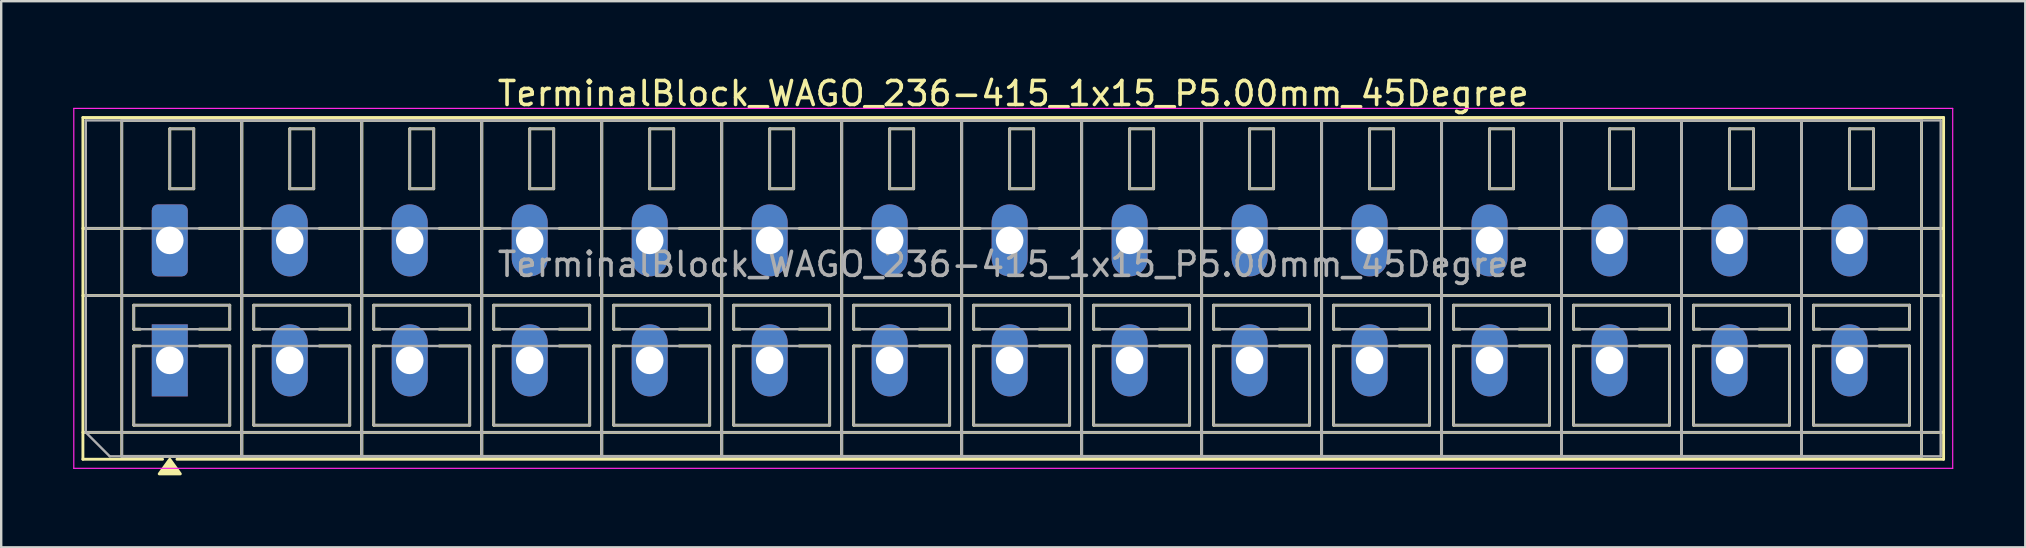
<source format=kicad_pcb>
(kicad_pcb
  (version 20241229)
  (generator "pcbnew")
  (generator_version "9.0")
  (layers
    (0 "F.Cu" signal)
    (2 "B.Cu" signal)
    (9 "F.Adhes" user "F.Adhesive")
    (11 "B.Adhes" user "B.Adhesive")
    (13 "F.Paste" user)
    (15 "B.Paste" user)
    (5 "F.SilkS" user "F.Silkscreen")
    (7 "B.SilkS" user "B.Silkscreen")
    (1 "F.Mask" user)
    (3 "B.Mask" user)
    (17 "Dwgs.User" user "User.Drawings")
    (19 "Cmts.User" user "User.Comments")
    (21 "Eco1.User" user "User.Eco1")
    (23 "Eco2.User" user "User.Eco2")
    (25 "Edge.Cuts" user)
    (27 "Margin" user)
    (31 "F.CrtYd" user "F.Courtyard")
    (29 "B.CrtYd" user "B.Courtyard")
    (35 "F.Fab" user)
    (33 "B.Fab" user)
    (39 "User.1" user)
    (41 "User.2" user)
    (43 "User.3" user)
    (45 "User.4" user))
  (footprint "TerminalBlock_WAGO_236-415_1x15_P5.00mm_45Degree"
    (layer "F.Cu")
    (at 4.025 6.968)
    (property "Reference" "TerminalBlock_WAGO_236-415_1x15_P5.00mm_45Degree" (at 35.15 -6.12 0) (layer "F.SilkS") (effects (font (size 1 1) (thickness 0.15))))
    (attr through_hole)
    (fp_line (start -3.62 -5.12) (end 73.92 -5.12) (stroke (width 0.12) (type solid)) (layer "F.SilkS"))
    (fp_line (start -3.62 -0.5) (end -1.23 -0.5) (stroke (width 0.12) (type solid)) (layer "F.SilkS"))
    (fp_line (start -3.62 2.3) (end 73.92 2.3) (stroke (width 0.12) (type solid)) (layer "F.SilkS"))
    (fp_line (start -3.62 8) (end 73.92 8) (stroke (width 0.12) (type solid)) (layer "F.SilkS"))
    (fp_line (start -3.62 9.12) (end -3.62 -5.12) (stroke (width 0.12) (type solid)) (layer "F.SilkS"))
    (fp_line (start -2 -5) (end 3 -5) (stroke (width 0.12) (type solid)) (layer "F.SilkS"))
    (fp_line (start -2 9) (end -2 -5) (stroke (width 0.12) (type solid)) (layer "F.SilkS"))
    (fp_line (start -1.5 2.7) (end 2.5 2.7) (stroke (width 0.12) (type solid)) (layer "F.SilkS"))
    (fp_line (start -1.5 3.7) (end -1.5 2.7) (stroke (width 0.12) (type solid)) (layer "F.SilkS"))
    (fp_line (start -1.5 4.4) (end -1.23 4.4) (stroke (width 0.12) (type solid)) (layer "F.SilkS"))
    (fp_line (start -1.5 7.7) (end -1.5 4.4) (stroke (width 0.12) (type solid)) (layer "F.SilkS"))
    (fp_line (start -1.23 3.7) (end -1.5 3.7) (stroke (width 0.12) (type solid)) (layer "F.SilkS"))
    (fp_line (start -0.3 9.12) (end -3.62 9.12) (stroke (width 0.12) (type solid)) (layer "F.SilkS"))
    (fp_line (start 0 -4.65) (end 1 -4.65) (stroke (width 0.12) (type solid)) (layer "F.SilkS"))
    (fp_line (start 0 -2.15) (end 0 -4.65) (stroke (width 0.12) (type solid)) (layer "F.SilkS"))
    (fp_line (start 1 -4.65) (end 1 -2.15) (stroke (width 0.12) (type solid)) (layer "F.SilkS"))
    (fp_line (start 1 -2.15) (end 0 -2.15) (stroke (width 0.12) (type solid)) (layer "F.SilkS"))
    (fp_line (start 1.23 -0.5) (end 3.77 -0.5) (stroke (width 0.12) (type solid)) (layer "F.SilkS"))
    (fp_line (start 1.23 4.4) (end 2.5 4.4) (stroke (width 0.12) (type solid)) (layer "F.SilkS"))
    (fp_line (start 2.5 2.7) (end 2.5 3.7) (stroke (width 0.12) (type solid)) (layer "F.SilkS"))
    (fp_line (start 2.5 3.7) (end 1.23 3.7) (stroke (width 0.12) (type solid)) (layer "F.SilkS"))
    (fp_line (start 2.5 4.4) (end 2.5 7.7) (stroke (width 0.12) (type solid)) (layer "F.SilkS"))
    (fp_line (start 2.5 7.7) (end -1.5 7.7) (stroke (width 0.12) (type solid)) (layer "F.SilkS"))
    (fp_line (start 3 -5) (end 3 9) (stroke (width 0.12) (type solid)) (layer "F.SilkS"))
    (fp_line (start 3 -5) (end 8 -5) (stroke (width 0.12) (type solid)) (layer "F.SilkS"))
    (fp_line (start 3 9) (end -2 9) (stroke (width 0.12) (type solid)) (layer "F.SilkS"))
    (fp_line (start 3 9) (end 3 -5) (stroke (width 0.12) (type solid)) (layer "F.SilkS"))
    (fp_line (start 3.5 2.7) (end 7.5 2.7) (stroke (width 0.12) (type solid)) (layer "F.SilkS"))
    (fp_line (start 3.5 3.7) (end 3.5 2.7) (stroke (width 0.12) (type solid)) (layer "F.SilkS"))
    (fp_line (start 3.5 4.4) (end 3.77 4.4) (stroke (width 0.12) (type solid)) (layer "F.SilkS"))
    (fp_line (start 3.5 7.7) (end 3.5 4.4) (stroke (width 0.12) (type solid)) (layer "F.SilkS"))
    (fp_line (start 3.77 3.7) (end 3.5 3.7) (stroke (width 0.12) (type solid)) (layer "F.SilkS"))
    (fp_line (start 5 -4.65) (end 6 -4.65) (stroke (width 0.12) (type solid)) (layer "F.SilkS"))
    (fp_line (start 5 -2.15) (end 5 -4.65) (stroke (width 0.12) (type solid)) (layer "F.SilkS"))
    (fp_line (start 6 -4.65) (end 6 -2.15) (stroke (width 0.12) (type solid)) (layer "F.SilkS"))
    (fp_line (start 6 -2.15) (end 5 -2.15) (stroke (width 0.12) (type solid)) (layer "F.SilkS"))
    (fp_line (start 6.23 -0.5) (end 8.77 -0.5) (stroke (width 0.12) (type solid)) (layer "F.SilkS"))
    (fp_line (start 6.23 4.4) (end 7.5 4.4) (stroke (width 0.12) (type solid)) (layer "F.SilkS"))
    (fp_line (start 7.5 2.7) (end 7.5 3.7) (stroke (width 0.12) (type solid)) (layer "F.SilkS"))
    (fp_line (start 7.5 3.7) (end 6.23 3.7) (stroke (width 0.12) (type solid)) (layer "F.SilkS"))
    (fp_line (start 7.5 4.4) (end 7.5 7.7) (stroke (width 0.12) (type solid)) (layer "F.SilkS"))
    (fp_line (start 7.5 7.7) (end 3.5 7.7) (stroke (width 0.12) (type solid)) (layer "F.SilkS"))
    (fp_line (start 8 -5) (end 8 9) (stroke (width 0.12) (type solid)) (layer "F.SilkS"))
    (fp_line (start 8 -5) (end 13 -5) (stroke (width 0.12) (type solid)) (layer "F.SilkS"))
    (fp_line (start 8 9) (end 3 9) (stroke (width 0.12) (type solid)) (layer "F.SilkS"))
    (fp_line (start 8 9) (end 8 -5) (stroke (width 0.12) (type solid)) (layer "F.SilkS"))
    (fp_line (start 8.5 2.7) (end 12.5 2.7) (stroke (width 0.12) (type solid)) (layer "F.SilkS"))
    (fp_line (start 8.5 3.7) (end 8.5 2.7) (stroke (width 0.12) (type solid)) (layer "F.SilkS"))
    (fp_line (start 8.5 4.4) (end 8.77 4.4) (stroke (width 0.12) (type solid)) (layer "F.SilkS"))
    (fp_line (start 8.5 7.7) (end 8.5 4.4) (stroke (width 0.12) (type solid)) (layer "F.SilkS"))
    (fp_line (start 8.77 3.7) (end 8.5 3.7) (stroke (width 0.12) (type solid)) (layer "F.SilkS"))
    (fp_line (start 10 -4.65) (end 11 -4.65) (stroke (width 0.12) (type solid)) (layer "F.SilkS"))
    (fp_line (start 10 -2.15) (end 10 -4.65) (stroke (width 0.12) (type solid)) (layer "F.SilkS"))
    (fp_line (start 11 -4.65) (end 11 -2.15) (stroke (width 0.12) (type solid)) (layer "F.SilkS"))
    (fp_line (start 11 -2.15) (end 10 -2.15) (stroke (width 0.12) (type solid)) (layer "F.SilkS"))
    (fp_line (start 11.23 -0.5) (end 13.77 -0.5) (stroke (width 0.12) (type solid)) (layer "F.SilkS"))
    (fp_line (start 11.23 4.4) (end 12.5 4.4) (stroke (width 0.12) (type solid)) (layer "F.SilkS"))
    (fp_line (start 12.5 2.7) (end 12.5 3.7) (stroke (width 0.12) (type solid)) (layer "F.SilkS"))
    (fp_line (start 12.5 3.7) (end 11.23 3.7) (stroke (width 0.12) (type solid)) (layer "F.SilkS"))
    (fp_line (start 12.5 4.4) (end 12.5 7.7) (stroke (width 0.12) (type solid)) (layer "F.SilkS"))
    (fp_line (start 12.5 7.7) (end 8.5 7.7) (stroke (width 0.12) (type solid)) (layer "F.SilkS"))
    (fp_line (start 13 -5) (end 13 9) (stroke (width 0.12) (type solid)) (layer "F.SilkS"))
    (fp_line (start 13 -5) (end 18 -5) (stroke (width 0.12) (type solid)) (layer "F.SilkS"))
    (fp_line (start 13 9) (end 8 9) (stroke (width 0.12) (type solid)) (layer "F.SilkS"))
    (fp_line (start 13 9) (end 13 -5) (stroke (width 0.12) (type solid)) (layer "F.SilkS"))
    (fp_line (start 13.5 2.7) (end 17.5 2.7) (stroke (width 0.12) (type solid)) (layer "F.SilkS"))
    (fp_line (start 13.5 3.7) (end 13.5 2.7) (stroke (width 0.12) (type solid)) (layer "F.SilkS"))
    (fp_line (start 13.5 4.4) (end 13.77 4.4) (stroke (width 0.12) (type solid)) (layer "F.SilkS"))
    (fp_line (start 13.5 7.7) (end 13.5 4.4) (stroke (width 0.12) (type solid)) (layer "F.SilkS"))
    (fp_line (start 13.77 3.7) (end 13.5 3.7) (stroke (width 0.12) (type solid)) (layer "F.SilkS"))
    (fp_line (start 15 -4.65) (end 16 -4.65) (stroke (width 0.12) (type solid)) (layer "F.SilkS"))
    (fp_line (start 15 -2.15) (end 15 -4.65) (stroke (width 0.12) (type solid)) (layer "F.SilkS"))
    (fp_line (start 16 -4.65) (end 16 -2.15) (stroke (width 0.12) (type solid)) (layer "F.SilkS"))
    (fp_line (start 16 -2.15) (end 15 -2.15) (stroke (width 0.12) (type solid)) (layer "F.SilkS"))
    (fp_line (start 16.23 -0.5) (end 18.77 -0.5) (stroke (width 0.12) (type solid)) (layer "F.SilkS"))
    (fp_line (start 16.23 4.4) (end 17.5 4.4) (stroke (width 0.12) (type solid)) (layer "F.SilkS"))
    (fp_line (start 17.5 2.7) (end 17.5 3.7) (stroke (width 0.12) (type solid)) (layer "F.SilkS"))
    (fp_line (start 17.5 3.7) (end 16.23 3.7) (stroke (width 0.12) (type solid)) (layer "F.SilkS"))
    (fp_line (start 17.5 4.4) (end 17.5 7.7) (stroke (width 0.12) (type solid)) (layer "F.SilkS"))
    (fp_line (start 17.5 7.7) (end 13.5 7.7) (stroke (width 0.12) (type solid)) (layer "F.SilkS"))
    (fp_line (start 18 -5) (end 18 9) (stroke (width 0.12) (type solid)) (layer "F.SilkS"))
    (fp_line (start 18 -5) (end 23 -5) (stroke (width 0.12) (type solid)) (layer "F.SilkS"))
    (fp_line (start 18 9) (end 13 9) (stroke (width 0.12) (type solid)) (layer "F.SilkS"))
    (fp_line (start 18 9) (end 18 -5) (stroke (width 0.12) (type solid)) (layer "F.SilkS"))
    (fp_line (start 18.5 2.7) (end 22.5 2.7) (stroke (width 0.12) (type solid)) (layer "F.SilkS"))
    (fp_line (start 18.5 3.7) (end 18.5 2.7) (stroke (width 0.12) (type solid)) (layer "F.SilkS"))
    (fp_line (start 18.5 4.4) (end 18.77 4.4) (stroke (width 0.12) (type solid)) (layer "F.SilkS"))
    (fp_line (start 18.5 7.7) (end 18.5 4.4) (stroke (width 0.12) (type solid)) (layer "F.SilkS"))
    (fp_line (start 18.77 3.7) (end 18.5 3.7) (stroke (width 0.12) (type solid)) (layer "F.SilkS"))
    (fp_line (start 20 -4.65) (end 21 -4.65) (stroke (width 0.12) (type solid)) (layer "F.SilkS"))
    (fp_line (start 20 -2.15) (end 20 -4.65) (stroke (width 0.12) (type solid)) (layer "F.SilkS"))
    (fp_line (start 21 -4.65) (end 21 -2.15) (stroke (width 0.12) (type solid)) (layer "F.SilkS"))
    (fp_line (start 21 -2.15) (end 20 -2.15) (stroke (width 0.12) (type solid)) (layer "F.SilkS"))
    (fp_line (start 21.23 -0.5) (end 23.77 -0.5) (stroke (width 0.12) (type solid)) (layer "F.SilkS"))
    (fp_line (start 21.23 4.4) (end 22.5 4.4) (stroke (width 0.12) (type solid)) (layer "F.SilkS"))
    (fp_line (start 22.5 2.7) (end 22.5 3.7) (stroke (width 0.12) (type solid)) (layer "F.SilkS"))
    (fp_line (start 22.5 3.7) (end 21.23 3.7) (stroke (width 0.12) (type solid)) (layer "F.SilkS"))
    (fp_line (start 22.5 4.4) (end 22.5 7.7) (stroke (width 0.12) (type solid)) (layer "F.SilkS"))
    (fp_line (start 22.5 7.7) (end 18.5 7.7) (stroke (width 0.12) (type solid)) (layer "F.SilkS"))
    (fp_line (start 23 -5) (end 23 9) (stroke (width 0.12) (type solid)) (layer "F.SilkS"))
    (fp_line (start 23 -5) (end 28 -5) (stroke (width 0.12) (type solid)) (layer "F.SilkS"))
    (fp_line (start 23 9) (end 18 9) (stroke (width 0.12) (type solid)) (layer "F.SilkS"))
    (fp_line (start 23 9) (end 23 -5) (stroke (width 0.12) (type solid)) (layer "F.SilkS"))
    (fp_line (start 23.5 2.7) (end 27.5 2.7) (stroke (width 0.12) (type solid)) (layer "F.SilkS"))
    (fp_line (start 23.5 3.7) (end 23.5 2.7) (stroke (width 0.12) (type solid)) (layer "F.SilkS"))
    (fp_line (start 23.5 4.4) (end 23.77 4.4) (stroke (width 0.12) (type solid)) (layer "F.SilkS"))
    (fp_line (start 23.5 7.7) (end 23.5 4.4) (stroke (width 0.12) (type solid)) (layer "F.SilkS"))
    (fp_line (start 23.77 3.7) (end 23.5 3.7) (stroke (width 0.12) (type solid)) (layer "F.SilkS"))
    (fp_line (start 25 -4.65) (end 26 -4.65) (stroke (width 0.12) (type solid)) (layer "F.SilkS"))
    (fp_line (start 25 -2.15) (end 25 -4.65) (stroke (width 0.12) (type solid)) (layer "F.SilkS"))
    (fp_line (start 26 -4.65) (end 26 -2.15) (stroke (width 0.12) (type solid)) (layer "F.SilkS"))
    (fp_line (start 26 -2.15) (end 25 -2.15) (stroke (width 0.12) (type solid)) (layer "F.SilkS"))
    (fp_line (start 26.23 -0.5) (end 28.77 -0.5) (stroke (width 0.12) (type solid)) (layer "F.SilkS"))
    (fp_line (start 26.23 4.4) (end 27.5 4.4) (stroke (width 0.12) (type solid)) (layer "F.SilkS"))
    (fp_line (start 27.5 2.7) (end 27.5 3.7) (stroke (width 0.12) (type solid)) (layer "F.SilkS"))
    (fp_line (start 27.5 3.7) (end 26.23 3.7) (stroke (width 0.12) (type solid)) (layer "F.SilkS"))
    (fp_line (start 27.5 4.4) (end 27.5 7.7) (stroke (width 0.12) (type solid)) (layer "F.SilkS"))
    (fp_line (start 27.5 7.7) (end 23.5 7.7) (stroke (width 0.12) (type solid)) (layer "F.SilkS"))
    (fp_line (start 28 -5) (end 28 9) (stroke (width 0.12) (type solid)) (layer "F.SilkS"))
    (fp_line (start 28 -5) (end 33 -5) (stroke (width 0.12) (type solid)) (layer "F.SilkS"))
    (fp_line (start 28 9) (end 23 9) (stroke (width 0.12) (type solid)) (layer "F.SilkS"))
    (fp_line (start 28 9) (end 28 -5) (stroke (width 0.12) (type solid)) (layer "F.SilkS"))
    (fp_line (start 28.5 2.7) (end 32.5 2.7) (stroke (width 0.12) (type solid)) (layer "F.SilkS"))
    (fp_line (start 28.5 3.7) (end 28.5 2.7) (stroke (width 0.12) (type solid)) (layer "F.SilkS"))
    (fp_line (start 28.5 4.4) (end 28.77 4.4) (stroke (width 0.12) (type solid)) (layer "F.SilkS"))
    (fp_line (start 28.5 7.7) (end 28.5 4.4) (stroke (width 0.12) (type solid)) (layer "F.SilkS"))
    (fp_line (start 28.77 3.7) (end 28.5 3.7) (stroke (width 0.12) (type solid)) (layer "F.SilkS"))
    (fp_line (start 30 -4.65) (end 31 -4.65) (stroke (width 0.12) (type solid)) (layer "F.SilkS"))
    (fp_line (start 30 -2.15) (end 30 -4.65) (stroke (width 0.12) (type solid)) (layer "F.SilkS"))
    (fp_line (start 31 -4.65) (end 31 -2.15) (stroke (width 0.12) (type solid)) (layer "F.SilkS"))
    (fp_line (start 31 -2.15) (end 30 -2.15) (stroke (width 0.12) (type solid)) (layer "F.SilkS"))
    (fp_line (start 31.23 -0.5) (end 33.77 -0.5) (stroke (width 0.12) (type solid)) (layer "F.SilkS"))
    (fp_line (start 31.23 4.4) (end 32.5 4.4) (stroke (width 0.12) (type solid)) (layer "F.SilkS"))
    (fp_line (start 32.5 2.7) (end 32.5 3.7) (stroke (width 0.12) (type solid)) (layer "F.SilkS"))
    (fp_line (start 32.5 3.7) (end 31.23 3.7) (stroke (width 0.12) (type solid)) (layer "F.SilkS"))
    (fp_line (start 32.5 4.4) (end 32.5 7.7) (stroke (width 0.12) (type solid)) (layer "F.SilkS"))
    (fp_line (start 32.5 7.7) (end 28.5 7.7) (stroke (width 0.12) (type solid)) (layer "F.SilkS"))
    (fp_line (start 33 -5) (end 33 9) (stroke (width 0.12) (type solid)) (layer "F.SilkS"))
    (fp_line (start 33 -5) (end 38 -5) (stroke (width 0.12) (type solid)) (layer "F.SilkS"))
    (fp_line (start 33 9) (end 28 9) (stroke (width 0.12) (type solid)) (layer "F.SilkS"))
    (fp_line (start 33 9) (end 33 -5) (stroke (width 0.12) (type solid)) (layer "F.SilkS"))
    (fp_line (start 33.5 2.7) (end 37.5 2.7) (stroke (width 0.12) (type solid)) (layer "F.SilkS"))
    (fp_line (start 33.5 3.7) (end 33.5 2.7) (stroke (width 0.12) (type solid)) (layer "F.SilkS"))
    (fp_line (start 33.5 4.4) (end 33.77 4.4) (stroke (width 0.12) (type solid)) (layer "F.SilkS"))
    (fp_line (start 33.5 7.7) (end 33.5 4.4) (stroke (width 0.12) (type solid)) (layer "F.SilkS"))
    (fp_line (start 33.77 3.7) (end 33.5 3.7) (stroke (width 0.12) (type solid)) (layer "F.SilkS"))
    (fp_line (start 35 -4.65) (end 36 -4.65) (stroke (width 0.12) (type solid)) (layer "F.SilkS"))
    (fp_line (start 35 -2.15) (end 35 -4.65) (stroke (width 0.12) (type solid)) (layer "F.SilkS"))
    (fp_line (start 36 -4.65) (end 36 -2.15) (stroke (width 0.12) (type solid)) (layer "F.SilkS"))
    (fp_line (start 36 -2.15) (end 35 -2.15) (stroke (width 0.12) (type solid)) (layer "F.SilkS"))
    (fp_line (start 36.23 -0.5) (end 38.77 -0.5) (stroke (width 0.12) (type solid)) (layer "F.SilkS"))
    (fp_line (start 36.23 4.4) (end 37.5 4.4) (stroke (width 0.12) (type solid)) (layer "F.SilkS"))
    (fp_line (start 37.5 2.7) (end 37.5 3.7) (stroke (width 0.12) (type solid)) (layer "F.SilkS"))
    (fp_line (start 37.5 3.7) (end 36.23 3.7) (stroke (width 0.12) (type solid)) (layer "F.SilkS"))
    (fp_line (start 37.5 4.4) (end 37.5 7.7) (stroke (width 0.12) (type solid)) (layer "F.SilkS"))
    (fp_line (start 37.5 7.7) (end 33.5 7.7) (stroke (width 0.12) (type solid)) (layer "F.SilkS"))
    (fp_line (start 38 -5) (end 38 9) (stroke (width 0.12) (type solid)) (layer "F.SilkS"))
    (fp_line (start 38 -5) (end 43 -5) (stroke (width 0.12) (type solid)) (layer "F.SilkS"))
    (fp_line (start 38 9) (end 33 9) (stroke (width 0.12) (type solid)) (layer "F.SilkS"))
    (fp_line (start 38 9) (end 38 -5) (stroke (width 0.12) (type solid)) (layer "F.SilkS"))
    (fp_line (start 38.5 2.7) (end 42.5 2.7) (stroke (width 0.12) (type solid)) (layer "F.SilkS"))
    (fp_line (start 38.5 3.7) (end 38.5 2.7) (stroke (width 0.12) (type solid)) (layer "F.SilkS"))
    (fp_line (start 38.5 4.4) (end 38.77 4.4) (stroke (width 0.12) (type solid)) (layer "F.SilkS"))
    (fp_line (start 38.5 7.7) (end 38.5 4.4) (stroke (width 0.12) (type solid)) (layer "F.SilkS"))
    (fp_line (start 38.77 3.7) (end 38.5 3.7) (stroke (width 0.12) (type solid)) (layer "F.SilkS"))
    (fp_line (start 40 -4.65) (end 41 -4.65) (stroke (width 0.12) (type solid)) (layer "F.SilkS"))
    (fp_line (start 40 -2.15) (end 40 -4.65) (stroke (width 0.12) (type solid)) (layer "F.SilkS"))
    (fp_line (start 41 -4.65) (end 41 -2.15) (stroke (width 0.12) (type solid)) (layer "F.SilkS"))
    (fp_line (start 41 -2.15) (end 40 -2.15) (stroke (width 0.12) (type solid)) (layer "F.SilkS"))
    (fp_line (start 41.23 -0.5) (end 43.77 -0.5) (stroke (width 0.12) (type solid)) (layer "F.SilkS"))
    (fp_line (start 41.23 4.4) (end 42.5 4.4) (stroke (width 0.12) (type solid)) (layer "F.SilkS"))
    (fp_line (start 42.5 2.7) (end 42.5 3.7) (stroke (width 0.12) (type solid)) (layer "F.SilkS"))
    (fp_line (start 42.5 3.7) (end 41.23 3.7) (stroke (width 0.12) (type solid)) (layer "F.SilkS"))
    (fp_line (start 42.5 4.4) (end 42.5 7.7) (stroke (width 0.12) (type solid)) (layer "F.SilkS"))
    (fp_line (start 42.5 7.7) (end 38.5 7.7) (stroke (width 0.12) (type solid)) (layer "F.SilkS"))
    (fp_line (start 43 -5) (end 43 9) (stroke (width 0.12) (type solid)) (layer "F.SilkS"))
    (fp_line (start 43 -5) (end 48 -5) (stroke (width 0.12) (type solid)) (layer "F.SilkS"))
    (fp_line (start 43 9) (end 38 9) (stroke (width 0.12) (type solid)) (layer "F.SilkS"))
    (fp_line (start 43 9) (end 43 -5) (stroke (width 0.12) (type solid)) (layer "F.SilkS"))
    (fp_line (start 43.5 2.7) (end 47.5 2.7) (stroke (width 0.12) (type solid)) (layer "F.SilkS"))
    (fp_line (start 43.5 3.7) (end 43.5 2.7) (stroke (width 0.12) (type solid)) (layer "F.SilkS"))
    (fp_line (start 43.5 4.4) (end 43.77 4.4) (stroke (width 0.12) (type solid)) (layer "F.SilkS"))
    (fp_line (start 43.5 7.7) (end 43.5 4.4) (stroke (width 0.12) (type solid)) (layer "F.SilkS"))
    (fp_line (start 43.77 3.7) (end 43.5 3.7) (stroke (width 0.12) (type solid)) (layer "F.SilkS"))
    (fp_line (start 45 -4.65) (end 46 -4.65) (stroke (width 0.12) (type solid)) (layer "F.SilkS"))
    (fp_line (start 45 -2.15) (end 45 -4.65) (stroke (width 0.12) (type solid)) (layer "F.SilkS"))
    (fp_line (start 46 -4.65) (end 46 -2.15) (stroke (width 0.12) (type solid)) (layer "F.SilkS"))
    (fp_line (start 46 -2.15) (end 45 -2.15) (stroke (width 0.12) (type solid)) (layer "F.SilkS"))
    (fp_line (start 46.23 -0.5) (end 48.77 -0.5) (stroke (width 0.12) (type solid)) (layer "F.SilkS"))
    (fp_line (start 46.23 4.4) (end 47.5 4.4) (stroke (width 0.12) (type solid)) (layer "F.SilkS"))
    (fp_line (start 47.5 2.7) (end 47.5 3.7) (stroke (width 0.12) (type solid)) (layer "F.SilkS"))
    (fp_line (start 47.5 3.7) (end 46.23 3.7) (stroke (width 0.12) (type solid)) (layer "F.SilkS"))
    (fp_line (start 47.5 4.4) (end 47.5 7.7) (stroke (width 0.12) (type solid)) (layer "F.SilkS"))
    (fp_line (start 47.5 7.7) (end 43.5 7.7) (stroke (width 0.12) (type solid)) (layer "F.SilkS"))
    (fp_line (start 48 -5) (end 48 9) (stroke (width 0.12) (type solid)) (layer "F.SilkS"))
    (fp_line (start 48 -5) (end 53 -5) (stroke (width 0.12) (type solid)) (layer "F.SilkS"))
    (fp_line (start 48 9) (end 43 9) (stroke (width 0.12) (type solid)) (layer "F.SilkS"))
    (fp_line (start 48 9) (end 48 -5) (stroke (width 0.12) (type solid)) (layer "F.SilkS"))
    (fp_line (start 48.5 2.7) (end 52.5 2.7) (stroke (width 0.12) (type solid)) (layer "F.SilkS"))
    (fp_line (start 48.5 3.7) (end 48.5 2.7) (stroke (width 0.12) (type solid)) (layer "F.SilkS"))
    (fp_line (start 48.5 4.4) (end 48.77 4.4) (stroke (width 0.12) (type solid)) (layer "F.SilkS"))
    (fp_line (start 48.5 7.7) (end 48.5 4.4) (stroke (width 0.12) (type solid)) (layer "F.SilkS"))
    (fp_line (start 48.77 3.7) (end 48.5 3.7) (stroke (width 0.12) (type solid)) (layer "F.SilkS"))
    (fp_line (start 50 -4.65) (end 51 -4.65) (stroke (width 0.12) (type solid)) (layer "F.SilkS"))
    (fp_line (start 50 -2.15) (end 50 -4.65) (stroke (width 0.12) (type solid)) (layer "F.SilkS"))
    (fp_line (start 51 -4.65) (end 51 -2.15) (stroke (width 0.12) (type solid)) (layer "F.SilkS"))
    (fp_line (start 51 -2.15) (end 50 -2.15) (stroke (width 0.12) (type solid)) (layer "F.SilkS"))
    (fp_line (start 51.23 -0.5) (end 53.77 -0.5) (stroke (width 0.12) (type solid)) (layer "F.SilkS"))
    (fp_line (start 51.23 4.4) (end 52.5 4.4) (stroke (width 0.12) (type solid)) (layer "F.SilkS"))
    (fp_line (start 52.5 2.7) (end 52.5 3.7) (stroke (width 0.12) (type solid)) (layer "F.SilkS"))
    (fp_line (start 52.5 3.7) (end 51.23 3.7) (stroke (width 0.12) (type solid)) (layer "F.SilkS"))
    (fp_line (start 52.5 4.4) (end 52.5 7.7) (stroke (width 0.12) (type solid)) (layer "F.SilkS"))
    (fp_line (start 52.5 7.7) (end 48.5 7.7) (stroke (width 0.12) (type solid)) (layer "F.SilkS"))
    (fp_line (start 53 -5) (end 53 9) (stroke (width 0.12) (type solid)) (layer "F.SilkS"))
    (fp_line (start 53 -5) (end 58 -5) (stroke (width 0.12) (type solid)) (layer "F.SilkS"))
    (fp_line (start 53 9) (end 48 9) (stroke (width 0.12) (type solid)) (layer "F.SilkS"))
    (fp_line (start 53 9) (end 53 -5) (stroke (width 0.12) (type solid)) (layer "F.SilkS"))
    (fp_line (start 53.5 2.7) (end 57.5 2.7) (stroke (width 0.12) (type solid)) (layer "F.SilkS"))
    (fp_line (start 53.5 3.7) (end 53.5 2.7) (stroke (width 0.12) (type solid)) (layer "F.SilkS"))
    (fp_line (start 53.5 4.4) (end 53.77 4.4) (stroke (width 0.12) (type solid)) (layer "F.SilkS"))
    (fp_line (start 53.5 7.7) (end 53.5 4.4) (stroke (width 0.12) (type solid)) (layer "F.SilkS"))
    (fp_line (start 53.77 3.7) (end 53.5 3.7) (stroke (width 0.12) (type solid)) (layer "F.SilkS"))
    (fp_line (start 55 -4.65) (end 56 -4.65) (stroke (width 0.12) (type solid)) (layer "F.SilkS"))
    (fp_line (start 55 -2.15) (end 55 -4.65) (stroke (width 0.12) (type solid)) (layer "F.SilkS"))
    (fp_line (start 56 -4.65) (end 56 -2.15) (stroke (width 0.12) (type solid)) (layer "F.SilkS"))
    (fp_line (start 56 -2.15) (end 55 -2.15) (stroke (width 0.12) (type solid)) (layer "F.SilkS"))
    (fp_line (start 56.23 -0.5) (end 58.77 -0.5) (stroke (width 0.12) (type solid)) (layer "F.SilkS"))
    (fp_line (start 56.23 4.4) (end 57.5 4.4) (stroke (width 0.12) (type solid)) (layer "F.SilkS"))
    (fp_line (start 57.5 2.7) (end 57.5 3.7) (stroke (width 0.12) (type solid)) (layer "F.SilkS"))
    (fp_line (start 57.5 3.7) (end 56.23 3.7) (stroke (width 0.12) (type solid)) (layer "F.SilkS"))
    (fp_line (start 57.5 4.4) (end 57.5 7.7) (stroke (width 0.12) (type solid)) (layer "F.SilkS"))
    (fp_line (start 57.5 7.7) (end 53.5 7.7) (stroke (width 0.12) (type solid)) (layer "F.SilkS"))
    (fp_line (start 58 -5) (end 58 9) (stroke (width 0.12) (type solid)) (layer "F.SilkS"))
    (fp_line (start 58 -5) (end 63 -5) (stroke (width 0.12) (type solid)) (layer "F.SilkS"))
    (fp_line (start 58 9) (end 53 9) (stroke (width 0.12) (type solid)) (layer "F.SilkS"))
    (fp_line (start 58 9) (end 58 -5) (stroke (width 0.12) (type solid)) (layer "F.SilkS"))
    (fp_line (start 58.5 2.7) (end 62.5 2.7) (stroke (width 0.12) (type solid)) (layer "F.SilkS"))
    (fp_line (start 58.5 3.7) (end 58.5 2.7) (stroke (width 0.12) (type solid)) (layer "F.SilkS"))
    (fp_line (start 58.5 4.4) (end 58.77 4.4) (stroke (width 0.12) (type solid)) (layer "F.SilkS"))
    (fp_line (start 58.5 7.7) (end 58.5 4.4) (stroke (width 0.12) (type solid)) (layer "F.SilkS"))
    (fp_line (start 58.77 3.7) (end 58.5 3.7) (stroke (width 0.12) (type solid)) (layer "F.SilkS"))
    (fp_line (start 60 -4.65) (end 61 -4.65) (stroke (width 0.12) (type solid)) (layer "F.SilkS"))
    (fp_line (start 60 -2.15) (end 60 -4.65) (stroke (width 0.12) (type solid)) (layer "F.SilkS"))
    (fp_line (start 61 -4.65) (end 61 -2.15) (stroke (width 0.12) (type solid)) (layer "F.SilkS"))
    (fp_line (start 61 -2.15) (end 60 -2.15) (stroke (width 0.12) (type solid)) (layer "F.SilkS"))
    (fp_line (start 61.23 -0.5) (end 63.77 -0.5) (stroke (width 0.12) (type solid)) (layer "F.SilkS"))
    (fp_line (start 61.23 4.4) (end 62.5 4.4) (stroke (width 0.12) (type solid)) (layer "F.SilkS"))
    (fp_line (start 62.5 2.7) (end 62.5 3.7) (stroke (width 0.12) (type solid)) (layer "F.SilkS"))
    (fp_line (start 62.5 3.7) (end 61.23 3.7) (stroke (width 0.12) (type solid)) (layer "F.SilkS"))
    (fp_line (start 62.5 4.4) (end 62.5 7.7) (stroke (width 0.12) (type solid)) (layer "F.SilkS"))
    (fp_line (start 62.5 7.7) (end 58.5 7.7) (stroke (width 0.12) (type solid)) (layer "F.SilkS"))
    (fp_line (start 63 -5) (end 63 9) (stroke (width 0.12) (type solid)) (layer "F.SilkS"))
    (fp_line (start 63 -5) (end 68 -5) (stroke (width 0.12) (type solid)) (layer "F.SilkS"))
    (fp_line (start 63 9) (end 58 9) (stroke (width 0.12) (type solid)) (layer "F.SilkS"))
    (fp_line (start 63 9) (end 63 -5) (stroke (width 0.12) (type solid)) (layer "F.SilkS"))
    (fp_line (start 63.5 2.7) (end 67.5 2.7) (stroke (width 0.12) (type solid)) (layer "F.SilkS"))
    (fp_line (start 63.5 3.7) (end 63.5 2.7) (stroke (width 0.12) (type solid)) (layer "F.SilkS"))
    (fp_line (start 63.5 4.4) (end 63.77 4.4) (stroke (width 0.12) (type solid)) (layer "F.SilkS"))
    (fp_line (start 63.5 7.7) (end 63.5 4.4) (stroke (width 0.12) (type solid)) (layer "F.SilkS"))
    (fp_line (start 63.77 3.7) (end 63.5 3.7) (stroke (width 0.12) (type solid)) (layer "F.SilkS"))
    (fp_line (start 65 -4.65) (end 66 -4.65) (stroke (width 0.12) (type solid)) (layer "F.SilkS"))
    (fp_line (start 65 -2.15) (end 65 -4.65) (stroke (width 0.12) (type solid)) (layer "F.SilkS"))
    (fp_line (start 66 -4.65) (end 66 -2.15) (stroke (width 0.12) (type solid)) (layer "F.SilkS"))
    (fp_line (start 66 -2.15) (end 65 -2.15) (stroke (width 0.12) (type solid)) (layer "F.SilkS"))
    (fp_line (start 66.23 -0.5) (end 68.77 -0.5) (stroke (width 0.12) (type solid)) (layer "F.SilkS"))
    (fp_line (start 66.23 4.4) (end 67.5 4.4) (stroke (width 0.12) (type solid)) (layer "F.SilkS"))
    (fp_line (start 67.5 2.7) (end 67.5 3.7) (stroke (width 0.12) (type solid)) (layer "F.SilkS"))
    (fp_line (start 67.5 3.7) (end 66.23 3.7) (stroke (width 0.12) (type solid)) (layer "F.SilkS"))
    (fp_line (start 67.5 4.4) (end 67.5 7.7) (stroke (width 0.12) (type solid)) (layer "F.SilkS"))
    (fp_line (start 67.5 7.7) (end 63.5 7.7) (stroke (width 0.12) (type solid)) (layer "F.SilkS"))
    (fp_line (start 68 -5) (end 68 9) (stroke (width 0.12) (type solid)) (layer "F.SilkS"))
    (fp_line (start 68 -5) (end 73 -5) (stroke (width 0.12) (type solid)) (layer "F.SilkS"))
    (fp_line (start 68 9) (end 63 9) (stroke (width 0.12) (type solid)) (layer "F.SilkS"))
    (fp_line (start 68 9) (end 68 -5) (stroke (width 0.12) (type solid)) (layer "F.SilkS"))
    (fp_line (start 68.5 2.7) (end 72.5 2.7) (stroke (width 0.12) (type solid)) (layer "F.SilkS"))
    (fp_line (start 68.5 3.7) (end 68.5 2.7) (stroke (width 0.12) (type solid)) (layer "F.SilkS"))
    (fp_line (start 68.5 4.4) (end 68.77 4.4) (stroke (width 0.12) (type solid)) (layer "F.SilkS"))
    (fp_line (start 68.5 7.7) (end 68.5 4.4) (stroke (width 0.12) (type solid)) (layer "F.SilkS"))
    (fp_line (start 68.77 3.7) (end 68.5 3.7) (stroke (width 0.12) (type solid)) (layer "F.SilkS"))
    (fp_line (start 70 -4.65) (end 71 -4.65) (stroke (width 0.12) (type solid)) (layer "F.SilkS"))
    (fp_line (start 70 -2.15) (end 70 -4.65) (stroke (width 0.12) (type solid)) (layer "F.SilkS"))
    (fp_line (start 71 -4.65) (end 71 -2.15) (stroke (width 0.12) (type solid)) (layer "F.SilkS"))
    (fp_line (start 71 -2.15) (end 70 -2.15) (stroke (width 0.12) (type solid)) (layer "F.SilkS"))
    (fp_line (start 71.23 -0.5) (end 73.92 -0.5) (stroke (width 0.12) (type solid)) (layer "F.SilkS"))
    (fp_line (start 71.23 4.4) (end 72.5 4.4) (stroke (width 0.12) (type solid)) (layer "F.SilkS"))
    (fp_line (start 72.5 2.7) (end 72.5 3.7) (stroke (width 0.12) (type solid)) (layer "F.SilkS"))
    (fp_line (start 72.5 3.7) (end 71.23 3.7) (stroke (width 0.12) (type solid)) (layer "F.SilkS"))
    (fp_line (start 72.5 4.4) (end 72.5 7.7) (stroke (width 0.12) (type solid)) (layer "F.SilkS"))
    (fp_line (start 72.5 7.7) (end 68.5 7.7) (stroke (width 0.12) (type solid)) (layer "F.SilkS"))
    (fp_line (start 73 -5) (end 73 9) (stroke (width 0.12) (type solid)) (layer "F.SilkS"))
    (fp_line (start 73 9) (end 68 9) (stroke (width 0.12) (type solid)) (layer "F.SilkS"))
    (fp_line (start 73.92 -5.12) (end 73.92 9.12) (stroke (width 0.12) (type solid)) (layer "F.SilkS"))
    (fp_line (start 73.92 9.12) (end 0.3 9.12) (stroke (width 0.12) (type solid)) (layer "F.SilkS"))
    (fp_poly (pts (xy 0 9.12) (xy 0.44 9.73) (xy -0.44 9.73)) (stroke (width 0.12) (type solid)) (fill yes) (layer "F.SilkS"))
    (fp_line (start -4 -5.5) (end -4 9.5) (stroke (width 0.05) (type solid)) (layer "F.CrtYd"))
    (fp_line (start -4 9.5) (end 74.3 9.5) (stroke (width 0.05) (type solid)) (layer "F.CrtYd"))
    (fp_line (start 74.3 -5.5) (end -4 -5.5) (stroke (width 0.05) (type solid)) (layer "F.CrtYd"))
    (fp_line (start 74.3 9.5) (end 74.3 -5.5) (stroke (width 0.05) (type solid)) (layer "F.CrtYd"))
    (fp_line (start -3.5 -5) (end 73.8 -5) (stroke (width 0.1) (type solid)) (layer "F.Fab"))
    (fp_line (start -3.5 -0.5) (end 73.8 -0.5) (stroke (width 0.1) (type solid)) (layer "F.Fab"))
    (fp_line (start -3.5 2.3) (end 73.8 2.3) (stroke (width 0.1) (type solid)) (layer "F.Fab"))
    (fp_line (start -3.5 8) (end -3.5 -5) (stroke (width 0.1) (type solid)) (layer "F.Fab"))
    (fp_line (start -3.5 8) (end 73.8 8) (stroke (width 0.1) (type solid)) (layer "F.Fab"))
    (fp_line (start -2.5 9) (end -3.5 8) (stroke (width 0.1) (type solid)) (layer "F.Fab"))
    (fp_line (start -2 -5) (end -2 9) (stroke (width 0.1) (type solid)) (layer "F.Fab"))
    (fp_line (start -2 9) (end 3 9) (stroke (width 0.1) (type solid)) (layer "F.Fab"))
    (fp_line (start -1.5 2.7) (end -1.5 3.7) (stroke (width 0.1) (type solid)) (layer "F.Fab"))
    (fp_line (start -1.5 3.7) (end 2.5 3.7) (stroke (width 0.1) (type solid)) (layer "F.Fab"))
    (fp_line (start -1.5 4.4) (end -1.5 7.7) (stroke (width 0.1) (type solid)) (layer "F.Fab"))
    (fp_line (start -1.5 7.7) (end 2.5 7.7) (stroke (width 0.1) (type solid)) (layer "F.Fab"))
    (fp_line (start 0 -4.65) (end 0 -2.15) (stroke (width 0.1) (type solid)) (layer "F.Fab"))
    (fp_line (start 0 -2.15) (end 1 -2.15) (stroke (width 0.1) (type solid)) (layer "F.Fab"))
    (fp_line (start 1 -4.65) (end 0 -4.65) (stroke (width 0.1) (type solid)) (layer "F.Fab"))
    (fp_line (start 1 -2.15) (end 1 -4.65) (stroke (width 0.1) (type solid)) (layer "F.Fab"))
    (fp_line (start 2.5 2.7) (end -1.5 2.7) (stroke (width 0.1) (type solid)) (layer "F.Fab"))
    (fp_line (start 2.5 3.7) (end 2.5 2.7) (stroke (width 0.1) (type solid)) (layer "F.Fab"))
    (fp_line (start 2.5 4.4) (end -1.5 4.4) (stroke (width 0.1) (type solid)) (layer "F.Fab"))
    (fp_line (start 2.5 7.7) (end 2.5 4.4) (stroke (width 0.1) (type solid)) (layer "F.Fab"))
    (fp_line (start 3 -5) (end -2 -5) (stroke (width 0.1) (type solid)) (layer "F.Fab"))
    (fp_line (start 3 -5) (end 3 9) (stroke (width 0.1) (type solid)) (layer "F.Fab"))
    (fp_line (start 3 9) (end 3 -5) (stroke (width 0.1) (type solid)) (layer "F.Fab"))
    (fp_line (start 3 9) (end 8 9) (stroke (width 0.1) (type solid)) (layer "F.Fab"))
    (fp_line (start 3.5 2.7) (end 3.5 3.7) (stroke (width 0.1) (type solid)) (layer "F.Fab"))
    (fp_line (start 3.5 3.7) (end 7.5 3.7) (stroke (width 0.1) (type solid)) (layer "F.Fab"))
    (fp_line (start 3.5 4.4) (end 3.5 7.7) (stroke (width 0.1) (type solid)) (layer "F.Fab"))
    (fp_line (start 3.5 7.7) (end 7.5 7.7) (stroke (width 0.1) (type solid)) (layer "F.Fab"))
    (fp_line (start 5 -4.65) (end 5 -2.15) (stroke (width 0.1) (type solid)) (layer "F.Fab"))
    (fp_line (start 5 -2.15) (end 6 -2.15) (stroke (width 0.1) (type solid)) (layer "F.Fab"))
    (fp_line (start 6 -4.65) (end 5 -4.65) (stroke (width 0.1) (type solid)) (layer "F.Fab"))
    (fp_line (start 6 -2.15) (end 6 -4.65) (stroke (width 0.1) (type solid)) (layer "F.Fab"))
    (fp_line (start 7.5 2.7) (end 3.5 2.7) (stroke (width 0.1) (type solid)) (layer "F.Fab"))
    (fp_line (start 7.5 3.7) (end 7.5 2.7) (stroke (width 0.1) (type solid)) (layer "F.Fab"))
    (fp_line (start 7.5 4.4) (end 3.5 4.4) (stroke (width 0.1) (type solid)) (layer "F.Fab"))
    (fp_line (start 7.5 7.7) (end 7.5 4.4) (stroke (width 0.1) (type solid)) (layer "F.Fab"))
    (fp_line (start 8 -5) (end 3 -5) (stroke (width 0.1) (type solid)) (layer "F.Fab"))
    (fp_line (start 8 -5) (end 8 9) (stroke (width 0.1) (type solid)) (layer "F.Fab"))
    (fp_line (start 8 9) (end 8 -5) (stroke (width 0.1) (type solid)) (layer "F.Fab"))
    (fp_line (start 8 9) (end 13 9) (stroke (width 0.1) (type solid)) (layer "F.Fab"))
    (fp_line (start 8.5 2.7) (end 8.5 3.7) (stroke (width 0.1) (type solid)) (layer "F.Fab"))
    (fp_line (start 8.5 3.7) (end 12.5 3.7) (stroke (width 0.1) (type solid)) (layer "F.Fab"))
    (fp_line (start 8.5 4.4) (end 8.5 7.7) (stroke (width 0.1) (type solid)) (layer "F.Fab"))
    (fp_line (start 8.5 7.7) (end 12.5 7.7) (stroke (width 0.1) (type solid)) (layer "F.Fab"))
    (fp_line (start 10 -4.65) (end 10 -2.15) (stroke (width 0.1) (type solid)) (layer "F.Fab"))
    (fp_line (start 10 -2.15) (end 11 -2.15) (stroke (width 0.1) (type solid)) (layer "F.Fab"))
    (fp_line (start 11 -4.65) (end 10 -4.65) (stroke (width 0.1) (type solid)) (layer "F.Fab"))
    (fp_line (start 11 -2.15) (end 11 -4.65) (stroke (width 0.1) (type solid)) (layer "F.Fab"))
    (fp_line (start 12.5 2.7) (end 8.5 2.7) (stroke (width 0.1) (type solid)) (layer "F.Fab"))
    (fp_line (start 12.5 3.7) (end 12.5 2.7) (stroke (width 0.1) (type solid)) (layer "F.Fab"))
    (fp_line (start 12.5 4.4) (end 8.5 4.4) (stroke (width 0.1) (type solid)) (layer "F.Fab"))
    (fp_line (start 12.5 7.7) (end 12.5 4.4) (stroke (width 0.1) (type solid)) (layer "F.Fab"))
    (fp_line (start 13 -5) (end 8 -5) (stroke (width 0.1) (type solid)) (layer "F.Fab"))
    (fp_line (start 13 -5) (end 13 9) (stroke (width 0.1) (type solid)) (layer "F.Fab"))
    (fp_line (start 13 9) (end 13 -5) (stroke (width 0.1) (type solid)) (layer "F.Fab"))
    (fp_line (start 13 9) (end 18 9) (stroke (width 0.1) (type solid)) (layer "F.Fab"))
    (fp_line (start 13.5 2.7) (end 13.5 3.7) (stroke (width 0.1) (type solid)) (layer "F.Fab"))
    (fp_line (start 13.5 3.7) (end 17.5 3.7) (stroke (width 0.1) (type solid)) (layer "F.Fab"))
    (fp_line (start 13.5 4.4) (end 13.5 7.7) (stroke (width 0.1) (type solid)) (layer "F.Fab"))
    (fp_line (start 13.5 7.7) (end 17.5 7.7) (stroke (width 0.1) (type solid)) (layer "F.Fab"))
    (fp_line (start 15 -4.65) (end 15 -2.15) (stroke (width 0.1) (type solid)) (layer "F.Fab"))
    (fp_line (start 15 -2.15) (end 16 -2.15) (stroke (width 0.1) (type solid)) (layer "F.Fab"))
    (fp_line (start 16 -4.65) (end 15 -4.65) (stroke (width 0.1) (type solid)) (layer "F.Fab"))
    (fp_line (start 16 -2.15) (end 16 -4.65) (stroke (width 0.1) (type solid)) (layer "F.Fab"))
    (fp_line (start 17.5 2.7) (end 13.5 2.7) (stroke (width 0.1) (type solid)) (layer "F.Fab"))
    (fp_line (start 17.5 3.7) (end 17.5 2.7) (stroke (width 0.1) (type solid)) (layer "F.Fab"))
    (fp_line (start 17.5 4.4) (end 13.5 4.4) (stroke (width 0.1) (type solid)) (layer "F.Fab"))
    (fp_line (start 17.5 7.7) (end 17.5 4.4) (stroke (width 0.1) (type solid)) (layer "F.Fab"))
    (fp_line (start 18 -5) (end 13 -5) (stroke (width 0.1) (type solid)) (layer "F.Fab"))
    (fp_line (start 18 -5) (end 18 9) (stroke (width 0.1) (type solid)) (layer "F.Fab"))
    (fp_line (start 18 9) (end 18 -5) (stroke (width 0.1) (type solid)) (layer "F.Fab"))
    (fp_line (start 18 9) (end 23 9) (stroke (width 0.1) (type solid)) (layer "F.Fab"))
    (fp_line (start 18.5 2.7) (end 18.5 3.7) (stroke (width 0.1) (type solid)) (layer "F.Fab"))
    (fp_line (start 18.5 3.7) (end 22.5 3.7) (stroke (width 0.1) (type solid)) (layer "F.Fab"))
    (fp_line (start 18.5 4.4) (end 18.5 7.7) (stroke (width 0.1) (type solid)) (layer "F.Fab"))
    (fp_line (start 18.5 7.7) (end 22.5 7.7) (stroke (width 0.1) (type solid)) (layer "F.Fab"))
    (fp_line (start 20 -4.65) (end 20 -2.15) (stroke (width 0.1) (type solid)) (layer "F.Fab"))
    (fp_line (start 20 -2.15) (end 21 -2.15) (stroke (width 0.1) (type solid)) (layer "F.Fab"))
    (fp_line (start 21 -4.65) (end 20 -4.65) (stroke (width 0.1) (type solid)) (layer "F.Fab"))
    (fp_line (start 21 -2.15) (end 21 -4.65) (stroke (width 0.1) (type solid)) (layer "F.Fab"))
    (fp_line (start 22.5 2.7) (end 18.5 2.7) (stroke (width 0.1) (type solid)) (layer "F.Fab"))
    (fp_line (start 22.5 3.7) (end 22.5 2.7) (stroke (width 0.1) (type solid)) (layer "F.Fab"))
    (fp_line (start 22.5 4.4) (end 18.5 4.4) (stroke (width 0.1) (type solid)) (layer "F.Fab"))
    (fp_line (start 22.5 7.7) (end 22.5 4.4) (stroke (width 0.1) (type solid)) (layer "F.Fab"))
    (fp_line (start 23 -5) (end 18 -5) (stroke (width 0.1) (type solid)) (layer "F.Fab"))
    (fp_line (start 23 -5) (end 23 9) (stroke (width 0.1) (type solid)) (layer "F.Fab"))
    (fp_line (start 23 9) (end 23 -5) (stroke (width 0.1) (type solid)) (layer "F.Fab"))
    (fp_line (start 23 9) (end 28 9) (stroke (width 0.1) (type solid)) (layer "F.Fab"))
    (fp_line (start 23.5 2.7) (end 23.5 3.7) (stroke (width 0.1) (type solid)) (layer "F.Fab"))
    (fp_line (start 23.5 3.7) (end 27.5 3.7) (stroke (width 0.1) (type solid)) (layer "F.Fab"))
    (fp_line (start 23.5 4.4) (end 23.5 7.7) (stroke (width 0.1) (type solid)) (layer "F.Fab"))
    (fp_line (start 23.5 7.7) (end 27.5 7.7) (stroke (width 0.1) (type solid)) (layer "F.Fab"))
    (fp_line (start 25 -4.65) (end 25 -2.15) (stroke (width 0.1) (type solid)) (layer "F.Fab"))
    (fp_line (start 25 -2.15) (end 26 -2.15) (stroke (width 0.1) (type solid)) (layer "F.Fab"))
    (fp_line (start 26 -4.65) (end 25 -4.65) (stroke (width 0.1) (type solid)) (layer "F.Fab"))
    (fp_line (start 26 -2.15) (end 26 -4.65) (stroke (width 0.1) (type solid)) (layer "F.Fab"))
    (fp_line (start 27.5 2.7) (end 23.5 2.7) (stroke (width 0.1) (type solid)) (layer "F.Fab"))
    (fp_line (start 27.5 3.7) (end 27.5 2.7) (stroke (width 0.1) (type solid)) (layer "F.Fab"))
    (fp_line (start 27.5 4.4) (end 23.5 4.4) (stroke (width 0.1) (type solid)) (layer "F.Fab"))
    (fp_line (start 27.5 7.7) (end 27.5 4.4) (stroke (width 0.1) (type solid)) (layer "F.Fab"))
    (fp_line (start 28 -5) (end 23 -5) (stroke (width 0.1) (type solid)) (layer "F.Fab"))
    (fp_line (start 28 -5) (end 28 9) (stroke (width 0.1) (type solid)) (layer "F.Fab"))
    (fp_line (start 28 9) (end 28 -5) (stroke (width 0.1) (type solid)) (layer "F.Fab"))
    (fp_line (start 28 9) (end 33 9) (stroke (width 0.1) (type solid)) (layer "F.Fab"))
    (fp_line (start 28.5 2.7) (end 28.5 3.7) (stroke (width 0.1) (type solid)) (layer "F.Fab"))
    (fp_line (start 28.5 3.7) (end 32.5 3.7) (stroke (width 0.1) (type solid)) (layer "F.Fab"))
    (fp_line (start 28.5 4.4) (end 28.5 7.7) (stroke (width 0.1) (type solid)) (layer "F.Fab"))
    (fp_line (start 28.5 7.7) (end 32.5 7.7) (stroke (width 0.1) (type solid)) (layer "F.Fab"))
    (fp_line (start 30 -4.65) (end 30 -2.15) (stroke (width 0.1) (type solid)) (layer "F.Fab"))
    (fp_line (start 30 -2.15) (end 31 -2.15) (stroke (width 0.1) (type solid)) (layer "F.Fab"))
    (fp_line (start 31 -4.65) (end 30 -4.65) (stroke (width 0.1) (type solid)) (layer "F.Fab"))
    (fp_line (start 31 -2.15) (end 31 -4.65) (stroke (width 0.1) (type solid)) (layer "F.Fab"))
    (fp_line (start 32.5 2.7) (end 28.5 2.7) (stroke (width 0.1) (type solid)) (layer "F.Fab"))
    (fp_line (start 32.5 3.7) (end 32.5 2.7) (stroke (width 0.1) (type solid)) (layer "F.Fab"))
    (fp_line (start 32.5 4.4) (end 28.5 4.4) (stroke (width 0.1) (type solid)) (layer "F.Fab"))
    (fp_line (start 32.5 7.7) (end 32.5 4.4) (stroke (width 0.1) (type solid)) (layer "F.Fab"))
    (fp_line (start 33 -5) (end 28 -5) (stroke (width 0.1) (type solid)) (layer "F.Fab"))
    (fp_line (start 33 -5) (end 33 9) (stroke (width 0.1) (type solid)) (layer "F.Fab"))
    (fp_line (start 33 9) (end 33 -5) (stroke (width 0.1) (type solid)) (layer "F.Fab"))
    (fp_line (start 33 9) (end 38 9) (stroke (width 0.1) (type solid)) (layer "F.Fab"))
    (fp_line (start 33.5 2.7) (end 33.5 3.7) (stroke (width 0.1) (type solid)) (layer "F.Fab"))
    (fp_line (start 33.5 3.7) (end 37.5 3.7) (stroke (width 0.1) (type solid)) (layer "F.Fab"))
    (fp_line (start 33.5 4.4) (end 33.5 7.7) (stroke (width 0.1) (type solid)) (layer "F.Fab"))
    (fp_line (start 33.5 7.7) (end 37.5 7.7) (stroke (width 0.1) (type solid)) (layer "F.Fab"))
    (fp_line (start 35 -4.65) (end 35 -2.15) (stroke (width 0.1) (type solid)) (layer "F.Fab"))
    (fp_line (start 35 -2.15) (end 36 -2.15) (stroke (width 0.1) (type solid)) (layer "F.Fab"))
    (fp_line (start 36 -4.65) (end 35 -4.65) (stroke (width 0.1) (type solid)) (layer "F.Fab"))
    (fp_line (start 36 -2.15) (end 36 -4.65) (stroke (width 0.1) (type solid)) (layer "F.Fab"))
    (fp_line (start 37.5 2.7) (end 33.5 2.7) (stroke (width 0.1) (type solid)) (layer "F.Fab"))
    (fp_line (start 37.5 3.7) (end 37.5 2.7) (stroke (width 0.1) (type solid)) (layer "F.Fab"))
    (fp_line (start 37.5 4.4) (end 33.5 4.4) (stroke (width 0.1) (type solid)) (layer "F.Fab"))
    (fp_line (start 37.5 7.7) (end 37.5 4.4) (stroke (width 0.1) (type solid)) (layer "F.Fab"))
    (fp_line (start 38 -5) (end 33 -5) (stroke (width 0.1) (type solid)) (layer "F.Fab"))
    (fp_line (start 38 -5) (end 38 9) (stroke (width 0.1) (type solid)) (layer "F.Fab"))
    (fp_line (start 38 9) (end 38 -5) (stroke (width 0.1) (type solid)) (layer "F.Fab"))
    (fp_line (start 38 9) (end 43 9) (stroke (width 0.1) (type solid)) (layer "F.Fab"))
    (fp_line (start 38.5 2.7) (end 38.5 3.7) (stroke (width 0.1) (type solid)) (layer "F.Fab"))
    (fp_line (start 38.5 3.7) (end 42.5 3.7) (stroke (width 0.1) (type solid)) (layer "F.Fab"))
    (fp_line (start 38.5 4.4) (end 38.5 7.7) (stroke (width 0.1) (type solid)) (layer "F.Fab"))
    (fp_line (start 38.5 7.7) (end 42.5 7.7) (stroke (width 0.1) (type solid)) (layer "F.Fab"))
    (fp_line (start 40 -4.65) (end 40 -2.15) (stroke (width 0.1) (type solid)) (layer "F.Fab"))
    (fp_line (start 40 -2.15) (end 41 -2.15) (stroke (width 0.1) (type solid)) (layer "F.Fab"))
    (fp_line (start 41 -4.65) (end 40 -4.65) (stroke (width 0.1) (type solid)) (layer "F.Fab"))
    (fp_line (start 41 -2.15) (end 41 -4.65) (stroke (width 0.1) (type solid)) (layer "F.Fab"))
    (fp_line (start 42.5 2.7) (end 38.5 2.7) (stroke (width 0.1) (type solid)) (layer "F.Fab"))
    (fp_line (start 42.5 3.7) (end 42.5 2.7) (stroke (width 0.1) (type solid)) (layer "F.Fab"))
    (fp_line (start 42.5 4.4) (end 38.5 4.4) (stroke (width 0.1) (type solid)) (layer "F.Fab"))
    (fp_line (start 42.5 7.7) (end 42.5 4.4) (stroke (width 0.1) (type solid)) (layer "F.Fab"))
    (fp_line (start 43 -5) (end 38 -5) (stroke (width 0.1) (type solid)) (layer "F.Fab"))
    (fp_line (start 43 -5) (end 43 9) (stroke (width 0.1) (type solid)) (layer "F.Fab"))
    (fp_line (start 43 9) (end 43 -5) (stroke (width 0.1) (type solid)) (layer "F.Fab"))
    (fp_line (start 43 9) (end 48 9) (stroke (width 0.1) (type solid)) (layer "F.Fab"))
    (fp_line (start 43.5 2.7) (end 43.5 3.7) (stroke (width 0.1) (type solid)) (layer "F.Fab"))
    (fp_line (start 43.5 3.7) (end 47.5 3.7) (stroke (width 0.1) (type solid)) (layer "F.Fab"))
    (fp_line (start 43.5 4.4) (end 43.5 7.7) (stroke (width 0.1) (type solid)) (layer "F.Fab"))
    (fp_line (start 43.5 7.7) (end 47.5 7.7) (stroke (width 0.1) (type solid)) (layer "F.Fab"))
    (fp_line (start 45 -4.65) (end 45 -2.15) (stroke (width 0.1) (type solid)) (layer "F.Fab"))
    (fp_line (start 45 -2.15) (end 46 -2.15) (stroke (width 0.1) (type solid)) (layer "F.Fab"))
    (fp_line (start 46 -4.65) (end 45 -4.65) (stroke (width 0.1) (type solid)) (layer "F.Fab"))
    (fp_line (start 46 -2.15) (end 46 -4.65) (stroke (width 0.1) (type solid)) (layer "F.Fab"))
    (fp_line (start 47.5 2.7) (end 43.5 2.7) (stroke (width 0.1) (type solid)) (layer "F.Fab"))
    (fp_line (start 47.5 3.7) (end 47.5 2.7) (stroke (width 0.1) (type solid)) (layer "F.Fab"))
    (fp_line (start 47.5 4.4) (end 43.5 4.4) (stroke (width 0.1) (type solid)) (layer "F.Fab"))
    (fp_line (start 47.5 7.7) (end 47.5 4.4) (stroke (width 0.1) (type solid)) (layer "F.Fab"))
    (fp_line (start 48 -5) (end 43 -5) (stroke (width 0.1) (type solid)) (layer "F.Fab"))
    (fp_line (start 48 -5) (end 48 9) (stroke (width 0.1) (type solid)) (layer "F.Fab"))
    (fp_line (start 48 9) (end 48 -5) (stroke (width 0.1) (type solid)) (layer "F.Fab"))
    (fp_line (start 48 9) (end 53 9) (stroke (width 0.1) (type solid)) (layer "F.Fab"))
    (fp_line (start 48.5 2.7) (end 48.5 3.7) (stroke (width 0.1) (type solid)) (layer "F.Fab"))
    (fp_line (start 48.5 3.7) (end 52.5 3.7) (stroke (width 0.1) (type solid)) (layer "F.Fab"))
    (fp_line (start 48.5 4.4) (end 48.5 7.7) (stroke (width 0.1) (type solid)) (layer "F.Fab"))
    (fp_line (start 48.5 7.7) (end 52.5 7.7) (stroke (width 0.1) (type solid)) (layer "F.Fab"))
    (fp_line (start 50 -4.65) (end 50 -2.15) (stroke (width 0.1) (type solid)) (layer "F.Fab"))
    (fp_line (start 50 -2.15) (end 51 -2.15) (stroke (width 0.1) (type solid)) (layer "F.Fab"))
    (fp_line (start 51 -4.65) (end 50 -4.65) (stroke (width 0.1) (type solid)) (layer "F.Fab"))
    (fp_line (start 51 -2.15) (end 51 -4.65) (stroke (width 0.1) (type solid)) (layer "F.Fab"))
    (fp_line (start 52.5 2.7) (end 48.5 2.7) (stroke (width 0.1) (type solid)) (layer "F.Fab"))
    (fp_line (start 52.5 3.7) (end 52.5 2.7) (stroke (width 0.1) (type solid)) (layer "F.Fab"))
    (fp_line (start 52.5 4.4) (end 48.5 4.4) (stroke (width 0.1) (type solid)) (layer "F.Fab"))
    (fp_line (start 52.5 7.7) (end 52.5 4.4) (stroke (width 0.1) (type solid)) (layer "F.Fab"))
    (fp_line (start 53 -5) (end 48 -5) (stroke (width 0.1) (type solid)) (layer "F.Fab"))
    (fp_line (start 53 -5) (end 53 9) (stroke (width 0.1) (type solid)) (layer "F.Fab"))
    (fp_line (start 53 9) (end 53 -5) (stroke (width 0.1) (type solid)) (layer "F.Fab"))
    (fp_line (start 53 9) (end 58 9) (stroke (width 0.1) (type solid)) (layer "F.Fab"))
    (fp_line (start 53.5 2.7) (end 53.5 3.7) (stroke (width 0.1) (type solid)) (layer "F.Fab"))
    (fp_line (start 53.5 3.7) (end 57.5 3.7) (stroke (width 0.1) (type solid)) (layer "F.Fab"))
    (fp_line (start 53.5 4.4) (end 53.5 7.7) (stroke (width 0.1) (type solid)) (layer "F.Fab"))
    (fp_line (start 53.5 7.7) (end 57.5 7.7) (stroke (width 0.1) (type solid)) (layer "F.Fab"))
    (fp_line (start 55 -4.65) (end 55 -2.15) (stroke (width 0.1) (type solid)) (layer "F.Fab"))
    (fp_line (start 55 -2.15) (end 56 -2.15) (stroke (width 0.1) (type solid)) (layer "F.Fab"))
    (fp_line (start 56 -4.65) (end 55 -4.65) (stroke (width 0.1) (type solid)) (layer "F.Fab"))
    (fp_line (start 56 -2.15) (end 56 -4.65) (stroke (width 0.1) (type solid)) (layer "F.Fab"))
    (fp_line (start 57.5 2.7) (end 53.5 2.7) (stroke (width 0.1) (type solid)) (layer "F.Fab"))
    (fp_line (start 57.5 3.7) (end 57.5 2.7) (stroke (width 0.1) (type solid)) (layer "F.Fab"))
    (fp_line (start 57.5 4.4) (end 53.5 4.4) (stroke (width 0.1) (type solid)) (layer "F.Fab"))
    (fp_line (start 57.5 7.7) (end 57.5 4.4) (stroke (width 0.1) (type solid)) (layer "F.Fab"))
    (fp_line (start 58 -5) (end 53 -5) (stroke (width 0.1) (type solid)) (layer "F.Fab"))
    (fp_line (start 58 -5) (end 58 9) (stroke (width 0.1) (type solid)) (layer "F.Fab"))
    (fp_line (start 58 9) (end 58 -5) (stroke (width 0.1) (type solid)) (layer "F.Fab"))
    (fp_line (start 58 9) (end 63 9) (stroke (width 0.1) (type solid)) (layer "F.Fab"))
    (fp_line (start 58.5 2.7) (end 58.5 3.7) (stroke (width 0.1) (type solid)) (layer "F.Fab"))
    (fp_line (start 58.5 3.7) (end 62.5 3.7) (stroke (width 0.1) (type solid)) (layer "F.Fab"))
    (fp_line (start 58.5 4.4) (end 58.5 7.7) (stroke (width 0.1) (type solid)) (layer "F.Fab"))
    (fp_line (start 58.5 7.7) (end 62.5 7.7) (stroke (width 0.1) (type solid)) (layer "F.Fab"))
    (fp_line (start 60 -4.65) (end 60 -2.15) (stroke (width 0.1) (type solid)) (layer "F.Fab"))
    (fp_line (start 60 -2.15) (end 61 -2.15) (stroke (width 0.1) (type solid)) (layer "F.Fab"))
    (fp_line (start 61 -4.65) (end 60 -4.65) (stroke (width 0.1) (type solid)) (layer "F.Fab"))
    (fp_line (start 61 -2.15) (end 61 -4.65) (stroke (width 0.1) (type solid)) (layer "F.Fab"))
    (fp_line (start 62.5 2.7) (end 58.5 2.7) (stroke (width 0.1) (type solid)) (layer "F.Fab"))
    (fp_line (start 62.5 3.7) (end 62.5 2.7) (stroke (width 0.1) (type solid)) (layer "F.Fab"))
    (fp_line (start 62.5 4.4) (end 58.5 4.4) (stroke (width 0.1) (type solid)) (layer "F.Fab"))
    (fp_line (start 62.5 7.7) (end 62.5 4.4) (stroke (width 0.1) (type solid)) (layer "F.Fab"))
    (fp_line (start 63 -5) (end 58 -5) (stroke (width 0.1) (type solid)) (layer "F.Fab"))
    (fp_line (start 63 -5) (end 63 9) (stroke (width 0.1) (type solid)) (layer "F.Fab"))
    (fp_line (start 63 9) (end 63 -5) (stroke (width 0.1) (type solid)) (layer "F.Fab"))
    (fp_line (start 63 9) (end 68 9) (stroke (width 0.1) (type solid)) (layer "F.Fab"))
    (fp_line (start 63.5 2.7) (end 63.5 3.7) (stroke (width 0.1) (type solid)) (layer "F.Fab"))
    (fp_line (start 63.5 3.7) (end 67.5 3.7) (stroke (width 0.1) (type solid)) (layer "F.Fab"))
    (fp_line (start 63.5 4.4) (end 63.5 7.7) (stroke (width 0.1) (type solid)) (layer "F.Fab"))
    (fp_line (start 63.5 7.7) (end 67.5 7.7) (stroke (width 0.1) (type solid)) (layer "F.Fab"))
    (fp_line (start 65 -4.65) (end 65 -2.15) (stroke (width 0.1) (type solid)) (layer "F.Fab"))
    (fp_line (start 65 -2.15) (end 66 -2.15) (stroke (width 0.1) (type solid)) (layer "F.Fab"))
    (fp_line (start 66 -4.65) (end 65 -4.65) (stroke (width 0.1) (type solid)) (layer "F.Fab"))
    (fp_line (start 66 -2.15) (end 66 -4.65) (stroke (width 0.1) (type solid)) (layer "F.Fab"))
    (fp_line (start 67.5 2.7) (end 63.5 2.7) (stroke (width 0.1) (type solid)) (layer "F.Fab"))
    (fp_line (start 67.5 3.7) (end 67.5 2.7) (stroke (width 0.1) (type solid)) (layer "F.Fab"))
    (fp_line (start 67.5 4.4) (end 63.5 4.4) (stroke (width 0.1) (type solid)) (layer "F.Fab"))
    (fp_line (start 67.5 7.7) (end 67.5 4.4) (stroke (width 0.1) (type solid)) (layer "F.Fab"))
    (fp_line (start 68 -5) (end 63 -5) (stroke (width 0.1) (type solid)) (layer "F.Fab"))
    (fp_line (start 68 -5) (end 68 9) (stroke (width 0.1) (type solid)) (layer "F.Fab"))
    (fp_line (start 68 9) (end 68 -5) (stroke (width 0.1) (type solid)) (layer "F.Fab"))
    (fp_line (start 68 9) (end 73 9) (stroke (width 0.1) (type solid)) (layer "F.Fab"))
    (fp_line (start 68.5 2.7) (end 68.5 3.7) (stroke (width 0.1) (type solid)) (layer "F.Fab"))
    (fp_line (start 68.5 3.7) (end 72.5 3.7) (stroke (width 0.1) (type solid)) (layer "F.Fab"))
    (fp_line (start 68.5 4.4) (end 68.5 7.7) (stroke (width 0.1) (type solid)) (layer "F.Fab"))
    (fp_line (start 68.5 7.7) (end 72.5 7.7) (stroke (width 0.1) (type solid)) (layer "F.Fab"))
    (fp_line (start 70 -4.65) (end 70 -2.15) (stroke (width 0.1) (type solid)) (layer "F.Fab"))
    (fp_line (start 70 -2.15) (end 71 -2.15) (stroke (width 0.1) (type solid)) (layer "F.Fab"))
    (fp_line (start 71 -4.65) (end 70 -4.65) (stroke (width 0.1) (type solid)) (layer "F.Fab"))
    (fp_line (start 71 -2.15) (end 71 -4.65) (stroke (width 0.1) (type solid)) (layer "F.Fab"))
    (fp_line (start 72.5 2.7) (end 68.5 2.7) (stroke (width 0.1) (type solid)) (layer "F.Fab"))
    (fp_line (start 72.5 3.7) (end 72.5 2.7) (stroke (width 0.1) (type solid)) (layer "F.Fab"))
    (fp_line (start 72.5 4.4) (end 68.5 4.4) (stroke (width 0.1) (type solid)) (layer "F.Fab"))
    (fp_line (start 72.5 7.7) (end 72.5 4.4) (stroke (width 0.1) (type solid)) (layer "F.Fab"))
    (fp_line (start 73 -5) (end 68 -5) (stroke (width 0.1) (type solid)) (layer "F.Fab"))
    (fp_line (start 73 9) (end 73 -5) (stroke (width 0.1) (type solid)) (layer "F.Fab"))
    (fp_line (start 73.8 -5) (end 73.8 9) (stroke (width 0.1) (type solid)) (layer "F.Fab"))
    (fp_line (start 73.8 9) (end -2.5 9) (stroke (width 0.1) (type solid)) (layer "F.Fab"))
    (fp_text user "${REFERENCE}" (at 35.15 1 0) (layer "F.Fab") (effects (font (size 1 1) (thickness 0.15))))
    (pad "1" thru_hole roundrect (at 0 0) (size 1.5 3) (drill 1.15) (layers "*.Cu" "*.Mask") (roundrect_rratio 0.167))
    (pad "1" thru_hole rect (at 0 5) (size 1.5 3) (drill 1.15) (layers "*.Cu" "*.Mask"))
    (pad "2" thru_hole oval (at 5 0) (size 1.5 3) (drill 1.15) (layers "*.Cu" "*.Mask"))
    (pad "2" thru_hole oval (at 5 5) (size 1.5 3) (drill 1.15) (layers "*.Cu" "*.Mask"))
    (pad "3" thru_hole oval (at 10 0) (size 1.5 3) (drill 1.15) (layers "*.Cu" "*.Mask"))
    (pad "3" thru_hole oval (at 10 5) (size 1.5 3) (drill 1.15) (layers "*.Cu" "*.Mask"))
    (pad "4" thru_hole oval (at 15 0) (size 1.5 3) (drill 1.15) (layers "*.Cu" "*.Mask"))
    (pad "4" thru_hole oval (at 15 5) (size 1.5 3) (drill 1.15) (layers "*.Cu" "*.Mask"))
    (pad "5" thru_hole oval (at 20 0) (size 1.5 3) (drill 1.15) (layers "*.Cu" "*.Mask"))
    (pad "5" thru_hole oval (at 20 5) (size 1.5 3) (drill 1.15) (layers "*.Cu" "*.Mask"))
    (pad "6" thru_hole oval (at 25 0) (size 1.5 3) (drill 1.15) (layers "*.Cu" "*.Mask"))
    (pad "6" thru_hole oval (at 25 5) (size 1.5 3) (drill 1.15) (layers "*.Cu" "*.Mask"))
    (pad "7" thru_hole oval (at 30 0) (size 1.5 3) (drill 1.15) (layers "*.Cu" "*.Mask"))
    (pad "7" thru_hole oval (at 30 5) (size 1.5 3) (drill 1.15) (layers "*.Cu" "*.Mask"))
    (pad "8" thru_hole oval (at 35 0) (size 1.5 3) (drill 1.15) (layers "*.Cu" "*.Mask"))
    (pad "8" thru_hole oval (at 35 5) (size 1.5 3) (drill 1.15) (layers "*.Cu" "*.Mask"))
    (pad "9" thru_hole oval (at 40 0) (size 1.5 3) (drill 1.15) (layers "*.Cu" "*.Mask"))
    (pad "9" thru_hole oval (at 40 5) (size 1.5 3) (drill 1.15) (layers "*.Cu" "*.Mask"))
    (pad "10" thru_hole oval (at 45 0) (size 1.5 3) (drill 1.15) (layers "*.Cu" "*.Mask"))
    (pad "10" thru_hole oval (at 45 5) (size 1.5 3) (drill 1.15) (layers "*.Cu" "*.Mask"))
    (pad "11" thru_hole oval (at 50 0) (size 1.5 3) (drill 1.15) (layers "*.Cu" "*.Mask"))
    (pad "11" thru_hole oval (at 50 5) (size 1.5 3) (drill 1.15) (layers "*.Cu" "*.Mask"))
    (pad "12" thru_hole oval (at 55 0) (size 1.5 3) (drill 1.15) (layers "*.Cu" "*.Mask"))
    (pad "12" thru_hole oval (at 55 5) (size 1.5 3) (drill 1.15) (layers "*.Cu" "*.Mask"))
    (pad "13" thru_hole oval (at 60 0) (size 1.5 3) (drill 1.15) (layers "*.Cu" "*.Mask"))
    (pad "13" thru_hole oval (at 60 5) (size 1.5 3) (drill 1.15) (layers "*.Cu" "*.Mask"))
    (pad "14" thru_hole oval (at 65 0) (size 1.5 3) (drill 1.15) (layers "*.Cu" "*.Mask"))
    (pad "14" thru_hole oval (at 65 5) (size 1.5 3) (drill 1.15) (layers "*.Cu" "*.Mask"))
    (pad "15" thru_hole oval (at 70 0) (size 1.5 3) (drill 1.15) (layers "*.Cu" "*.Mask"))
    (pad "15" thru_hole oval (at 70 5) (size 1.5 3) (drill 1.15) (layers "*.Cu" "*.Mask")))
  (gr_rect
    (start -3 -3)
    (end 81.35 19.758)
    (stroke (width 0.1) (type default))
    (fill no)
    (layer "Edge.Cuts")))
</source>
